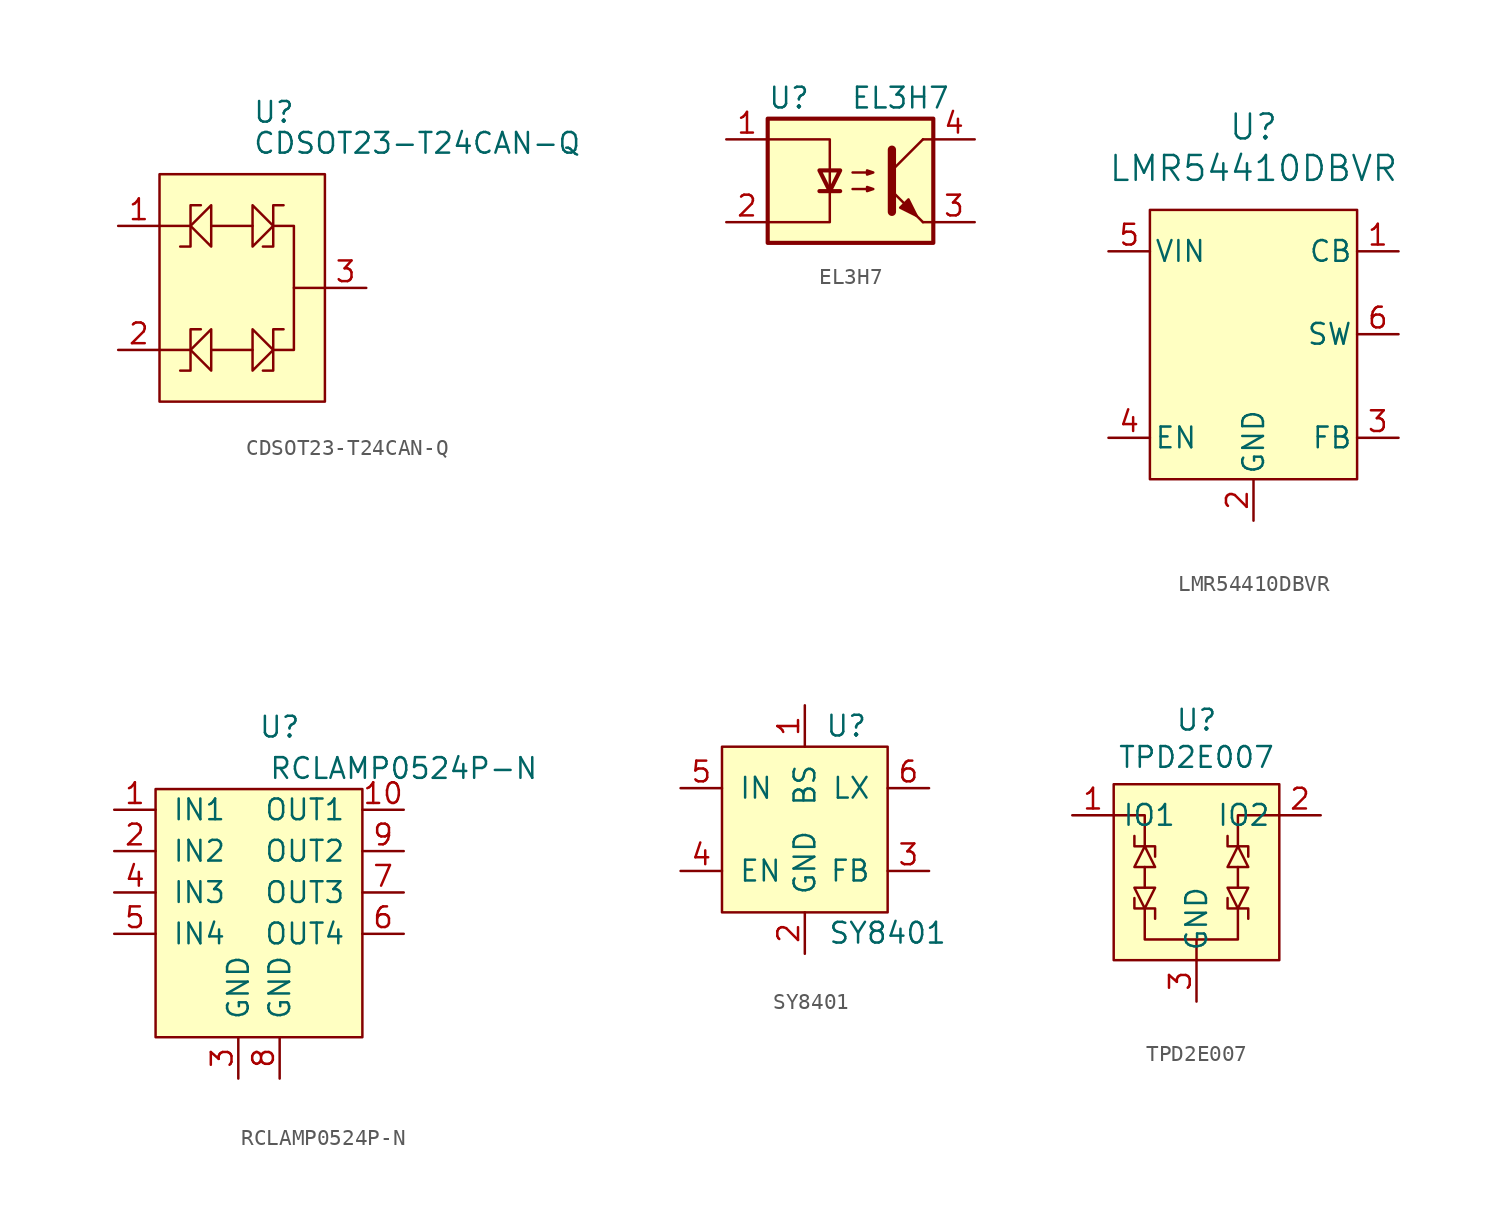
<source format=kicad_sym>
(kicad_symbol_lib
  (version 20231120)
  (generator "kicad_symbol_editor")
  (generator_version "8.0")
  (symbol "CDSOT23-T24CAN-Q"
    (pin_names
      (offset 1.016))
    (property "Reference" "U"
      (at 0.635 10.795 0)
      (effects (font (size 1.27 1.27)) (justify left)))
    (property "Value" "CDSOT23-T24CAN-Q"
      (at 0.635 8.89 0)
      (effects (font (size 1.27 1.27)) (justify left)))
    (symbol "CDSOT23-T24CAN-Q_0_1"
      (rectangle (start -5.08 6.985) (end 5.08 -6.985) (stroke (width 0) (type solid)) (fill (type background)))
      (polyline (pts (xy -3.175 -3.81) (xy -5.08 -3.81)) (stroke (width 0) (type solid)) (fill (type none)))
      (polyline (pts (xy -3.175 3.81) (xy -5.08 3.81)) (stroke (width 0) (type solid)) (fill (type none)))
      (polyline (pts (xy -1.905 -3.81) (xy 0.635 -3.81)) (stroke (width 0) (type solid)) (fill (type none)))
      (polyline (pts (xy -1.905 3.81) (xy 0.635 3.81)) (stroke (width 0) (type solid)) (fill (type none)))
      (polyline (pts (xy 1.905 -3.81) (xy 3.175 -3.81) (xy 3.175 0)) (stroke (width 0) (type solid)) (fill (type none)))
      (polyline (pts (xy -2.54 -2.54) (xy -3.175 -2.54) (xy -3.175 -5.08) (xy -3.81 -5.08)) (stroke (width 0) (type solid)) (fill (type none)))
      (polyline (pts (xy -1.905 -2.54) (xy -3.175 -3.81) (xy -1.905 -5.08) (xy -1.905 -2.54)) (stroke (width 0) (type solid)) (fill (type none)))
      (polyline (pts (xy 1.905 3.81) (xy 3.175 3.81) (xy 3.175 0) (xy 5.08 0)) (stroke (width 0) (type solid)) (fill (type none))))
    (symbol "CDSOT23-T24CAN-Q_1_1"
      (polyline (pts (xy -2.54 5.08) (xy -3.175 5.08) (xy -3.175 2.54) (xy -3.81 2.54)) (stroke (width 0) (type solid)) (fill (type none)))
      (polyline (pts (xy -1.905 5.08) (xy -3.175 3.81) (xy -1.905 2.54) (xy -1.905 5.08)) (stroke (width 0) (type solid)) (fill (type none)))
      (polyline (pts (xy 0.635 -5.08) (xy 1.905 -3.81) (xy 0.635 -2.54) (xy 0.635 -5.08)) (stroke (width 0) (type solid)) (fill (type none)))
      (polyline (pts (xy 0.635 2.54) (xy 1.905 3.81) (xy 0.635 5.08) (xy 0.635 2.54)) (stroke (width 0) (type solid)) (fill (type none)))
      (polyline (pts (xy 1.27 -5.08) (xy 1.905 -5.08) (xy 1.905 -2.54) (xy 2.54 -2.54)) (stroke (width 0) (type solid)) (fill (type none)))
      (polyline (pts (xy 1.27 2.54) (xy 1.905 2.54) (xy 1.905 5.08) (xy 2.54 5.08)) (stroke (width 0) (type solid)) (fill (type none)))
      (pin input line (at -7.62 3.81 0) (length 2.54) (name "~" (effects (font (size 1.27 1.27)))) (number "1" (effects (font (size 1.27 1.27)))))
      (pin input line (at -7.62 -3.81 0) (length 2.54) (name "~" (effects (font (size 1.27 1.27)))) (number "2" (effects (font (size 1.27 1.27)))))
      (pin output line (at 7.62 0 180) (length 2.54) (name "~" (effects (font (size 1.27 1.27)))) (number "3" (effects (font (size 1.27 1.27)))))))
  (symbol "EL3H7"
    (pin_names
      (offset 1.016))
    (property "Reference" "U"
      (at -5.08 5.08 0)
      (effects (font (size 1.27 1.27)) (justify left)))
    (property "Value" "EL3H7"
      (at 0 5.08 0)
      (effects (font (size 1.27 1.27)) (justify left)))
    (symbol "EL3H7_0_1"
      (rectangle (start -5.08 3.81) (end 5.08 -3.81) (stroke (width 0.254) (type solid)) (fill (type background)))
      (polyline (pts (xy -1.905 -0.635) (xy -0.635 -0.635)) (stroke (width 0.254) (type solid)) (fill (type none)))
      (polyline (pts (xy 2.54 0.635) (xy 4.445 2.54)) (stroke (width 0) (type solid)) (fill (type none)))
      (polyline (pts (xy 4.445 -2.54) (xy 2.54 -0.635)) (stroke (width 0) (type solid)) (fill (type outline)))
      (polyline (pts (xy 4.445 -2.54) (xy 5.08 -2.54)) (stroke (width 0) (type solid)) (fill (type none)))
      (polyline (pts (xy 4.445 2.54) (xy 5.08 2.54)) (stroke (width 0) (type solid)) (fill (type none)))
      (polyline (pts (xy -5.08 2.54) (xy -1.27 2.54) (xy -1.27 -0.635)) (stroke (width 0) (type solid)) (fill (type none)))
      (polyline (pts (xy -1.27 -0.635) (xy -1.27 -2.54) (xy -5.08 -2.54)) (stroke (width 0) (type solid)) (fill (type none)))
      (polyline (pts (xy 2.54 1.905) (xy 2.54 -1.905) (xy 2.54 -1.905)) (stroke (width 0.508) (type solid)) (fill (type none)))
      (polyline (pts (xy -1.27 -0.635) (xy -1.905 0.635) (xy -0.635 0.635) (xy -1.27 -0.635)) (stroke (width 0.254) (type solid)) (fill (type none)))
      (polyline (pts (xy 0.127 -0.508) (xy 1.397 -0.508) (xy 1.016 -0.635) (xy 1.016 -0.381) (xy 1.397 -0.508)) (stroke (width 0) (type solid)) (fill (type none)))
      (polyline (pts (xy 0.127 0.508) (xy 1.397 0.508) (xy 1.016 0.381) (xy 1.016 0.635) (xy 1.397 0.508)) (stroke (width 0) (type solid)) (fill (type none)))
      (polyline (pts (xy 3.048 -1.651) (xy 3.556 -1.143) (xy 4.064 -2.159) (xy 3.048 -1.651) (xy 3.048 -1.651)) (stroke (width 0) (type solid)) (fill (type outline))))
    (symbol "EL3H7_1_1"
      (pin passive line (at -7.62 2.54 0) (length 2.54) (name "~" (effects (font (size 1.27 1.27)))) (number "1" (effects (font (size 1.27 1.27)))))
      (pin passive line (at -7.62 -2.54 0) (length 2.54) (name "~" (effects (font (size 1.27 1.27)))) (number "2" (effects (font (size 1.27 1.27)))))
      (pin passive line (at 7.62 -2.54 180) (length 2.54) (name "~" (effects (font (size 1.27 1.27)))) (number "3" (effects (font (size 1.27 1.27)))))
      (pin passive line (at 7.62 2.54 180) (length 2.54) (name "~" (effects (font (size 1.27 1.27)))) (number "4" (effects (font (size 1.27 1.27)))))))
  (symbol "LMR54410DBVR"
    (pin_names
      (offset 0.254))
    (property "Reference" "U"
      (at 0 12.7 0)
      (effects (font (size 1.524 1.524))))
    (property "Value" "LMR54410DBVR"
      (at 0 10.16 0)
      (effects (font (size 1.524 1.524))))
    (property "ki_locked" ""
      (at 0 0 0)
      (effects (font (size 1.27 1.27))))
    (symbol "LMR54410DBVR_1_1"
      (rectangle (start -6.35 7.62) (end 6.35 -8.89) (stroke (width 0) (type default)) (fill (type background)))
      (pin input line (at 8.89 5.08 180) (length 2.54) (name "CB" (effects (font (size 1.27 1.27)))) (number "1" (effects (font (size 1.27 1.27)))))
      (pin power_in line (at 0 -11.43 90) (length 2.54) (name "GND" (effects (font (size 1.27 1.27)))) (number "2" (effects (font (size 1.27 1.27)))))
      (pin input line (at 8.89 -6.35 180) (length 2.54) (name "FB" (effects (font (size 1.27 1.27)))) (number "3" (effects (font (size 1.27 1.27)))))
      (pin input line (at -8.89 -6.35 0) (length 2.54) (name "EN" (effects (font (size 1.27 1.27)))) (number "4" (effects (font (size 1.27 1.27)))))
      (pin power_in line (at -8.89 5.08 0) (length 2.54) (name "VIN" (effects (font (size 1.27 1.27)))) (number "5" (effects (font (size 1.27 1.27)))))
      (pin power_out line (at 8.89 0 180) (length 2.54) (name "SW" (effects (font (size 1.27 1.27)))) (number "6" (effects (font (size 1.27 1.27)))))))
  (symbol "RCLAMP0524P-N"
    (pin_names
      (offset 1.016))
    (property "Reference" "U"
      (at 1.27 10.16 0)
      (effects (font (size 1.27 1.27))))
    (property "Value" "RCLAMP0524P-N"
      (at 8.89 7.62 0)
      (effects (font (size 1.27 1.27))))
    (symbol "RCLAMP0524P-N_0_1"
      (rectangle (start -6.35 6.35) (end 6.35 -8.89) (stroke (width 0) (type solid)) (fill (type background))))
    (symbol "RCLAMP0524P-N_1_1"
      (pin input line (at -8.89 5.08 0) (length 2.54) (name "IN1" (effects (font (size 1.27 1.27)))) (number "1" (effects (font (size 1.27 1.27)))))
      (pin output line (at 8.89 5.08 180) (length 2.54) (name "OUT1" (effects (font (size 1.27 1.27)))) (number "10" (effects (font (size 1.27 1.27)))))
      (pin input line (at -8.89 2.54 0) (length 2.54) (name "IN2" (effects (font (size 1.27 1.27)))) (number "2" (effects (font (size 1.27 1.27)))))
      (pin power_in line (at -1.27 -11.43 90) (length 2.54) (name "GND" (effects (font (size 1.27 1.27)))) (number "3" (effects (font (size 1.27 1.27)))))
      (pin input line (at -8.89 0 0) (length 2.54) (name "IN3" (effects (font (size 1.27 1.27)))) (number "4" (effects (font (size 1.27 1.27)))))
      (pin input line (at -8.89 -2.54 0) (length 2.54) (name "IN4" (effects (font (size 1.27 1.27)))) (number "5" (effects (font (size 1.27 1.27)))))
      (pin output line (at 8.89 -2.54 180) (length 2.54) (name "OUT4" (effects (font (size 1.27 1.27)))) (number "6" (effects (font (size 1.27 1.27)))))
      (pin output line (at 8.89 0 180) (length 2.54) (name "OUT3" (effects (font (size 1.27 1.27)))) (number "7" (effects (font (size 1.27 1.27)))))
      (pin power_in line (at 1.27 -11.43 90) (length 2.54) (name "GND" (effects (font (size 1.27 1.27)))) (number "8" (effects (font (size 1.27 1.27)))))
      (pin output line (at 8.89 2.54 180) (length 2.54) (name "OUT2" (effects (font (size 1.27 1.27)))) (number "9" (effects (font (size 1.27 1.27)))))))
  (symbol "SY8401"
    (pin_names
      (offset 1.016))
    (property "Reference" "U"
      (at 2.54 7.62 0)
      (effects (font (size 1.27 1.27))))
    (property "Value" "SY8401"
      (at 5.08 -5.08 0)
      (effects (font (size 1.27 1.27))))
    (symbol "SY8401_0_1"
      (rectangle (start -5.08 6.35) (end 5.08 -3.81) (stroke (width 0) (type solid)) (fill (type background))))
    (symbol "SY8401_1_1"
      (pin input line (at 0 8.89 270) (length 2.54) (name "BS" (effects (font (size 1.27 1.27)))) (number "1" (effects (font (size 1.27 1.27)))))
      (pin power_in line (at 0 -6.35 90) (length 2.54) (name "GND" (effects (font (size 1.27 1.27)))) (number "2" (effects (font (size 1.27 1.27)))))
      (pin input line (at 7.62 -1.27 180) (length 2.54) (name "FB" (effects (font (size 1.27 1.27)))) (number "3" (effects (font (size 1.27 1.27)))))
      (pin input line (at -7.62 -1.27 0) (length 2.54) (name "EN" (effects (font (size 1.27 1.27)))) (number "4" (effects (font (size 1.27 1.27)))))
      (pin power_in line (at -7.62 3.81 0) (length 2.54) (name "IN" (effects (font (size 1.27 1.27)))) (number "5" (effects (font (size 1.27 1.27)))))
      (pin power_out line (at 7.62 3.81 180) (length 2.54) (name "LX" (effects (font (size 1.27 1.27)))) (number "6" (effects (font (size 1.27 1.27)))))))
  (symbol "TPD2E007"
    (property "Reference" "U"
      (at 0 9.652 0)
      (effects (font (size 1.27 1.27))))
    (property "Value" "TPD2E007"
      (at 0 7.366 0)
      (effects (font (size 1.27 1.27))))
    (symbol "TPD2E007_1_1"
      (rectangle (start -5.08 5.715) (end 5.08 -5.08) (stroke (width 0) (type default)) (fill (type background)))
      (polyline (pts (xy -3.175 0.635) (xy -3.175 -0.635)) (stroke (width 0) (type default)) (fill (type none)))
      (polyline (pts (xy 2.54 -0.635) (xy 2.54 0.635)) (stroke (width 0) (type default)) (fill (type none)))
      (polyline (pts (xy -5.08 3.81) (xy -3.175 3.81) (xy -3.175 1.905)) (stroke (width 0) (type default)) (fill (type none)))
      (polyline (pts (xy -3.175 -1.905) (xy -2.54 -1.905) (xy -2.54 -2.54)) (stroke (width 0) (type default)) (fill (type none)))
      (polyline (pts (xy -3.175 1.905) (xy -3.81 1.905) (xy -3.81 2.54)) (stroke (width 0) (type default)) (fill (type none)))
      (polyline (pts (xy 0 -3.81) (xy 2.54 -3.81) (xy 2.54 -1.905)) (stroke (width 0) (type default)) (fill (type none)))
      (polyline (pts (xy 2.54 -1.905) (xy 3.175 -1.905) (xy 3.175 -2.54)) (stroke (width 0) (type default)) (fill (type none)))
      (polyline (pts (xy 2.54 1.905) (xy 1.905 1.905) (xy 1.905 2.54)) (stroke (width 0) (type default)) (fill (type none)))
      (polyline (pts (xy 2.54 1.905) (xy 2.54 3.81) (xy 5.08 3.81)) (stroke (width 0) (type default)) (fill (type none)))
      (polyline (pts (xy -3.175 -1.905) (xy -3.175 -3.81) (xy 0 -3.81) (xy 0 -5.08)) (stroke (width 0) (type default)) (fill (type none)))
      (polyline (pts (xy -3.175 1.905) (xy -3.81 0.635) (xy -2.54 0.635) (xy -3.175 1.905) (xy -2.54 1.905) (xy -2.54 1.27)) (stroke (width 0) (type default)) (fill (type none)))
      (polyline (pts (xy -3.81 -0.635) (xy -2.54 -0.635) (xy -3.175 -1.905) (xy -3.81 -0.635) (xy -3.175 -1.905) (xy -3.81 -1.905) (xy -3.81 -1.27)) (stroke (width 0) (type default)) (fill (type none)))
      (polyline (pts (xy 1.905 -0.635) (xy 3.175 -0.635) (xy 2.54 -1.905) (xy 1.905 -0.635) (xy 2.54 -1.905) (xy 1.905 -1.905) (xy 1.905 -1.27)) (stroke (width 0) (type default)) (fill (type none)))
      (polyline (pts (xy 3.175 0.635) (xy 1.905 0.635) (xy 2.54 1.905) (xy 3.175 0.635) (xy 2.54 1.905) (xy 3.175 1.905) (xy 3.175 1.27)) (stroke (width 0) (type default)) (fill (type none)))
      (pin input line (at -7.62 3.81 0) (length 2.54) (name "IO1" (effects (font (size 1.27 1.27)))) (number "1" (effects (font (size 1.27 1.27)))))
      (pin input line (at 7.62 3.81 180) (length 2.54) (name "IO2" (effects (font (size 1.27 1.27)))) (number "2" (effects (font (size 1.27 1.27)))))
      (pin power_in line (at 0 -7.62 90) (length 2.54) (name "GND" (effects (font (size 1.27 1.27)))) (number "3" (effects (font (size 1.27 1.27))))))))
</source>
